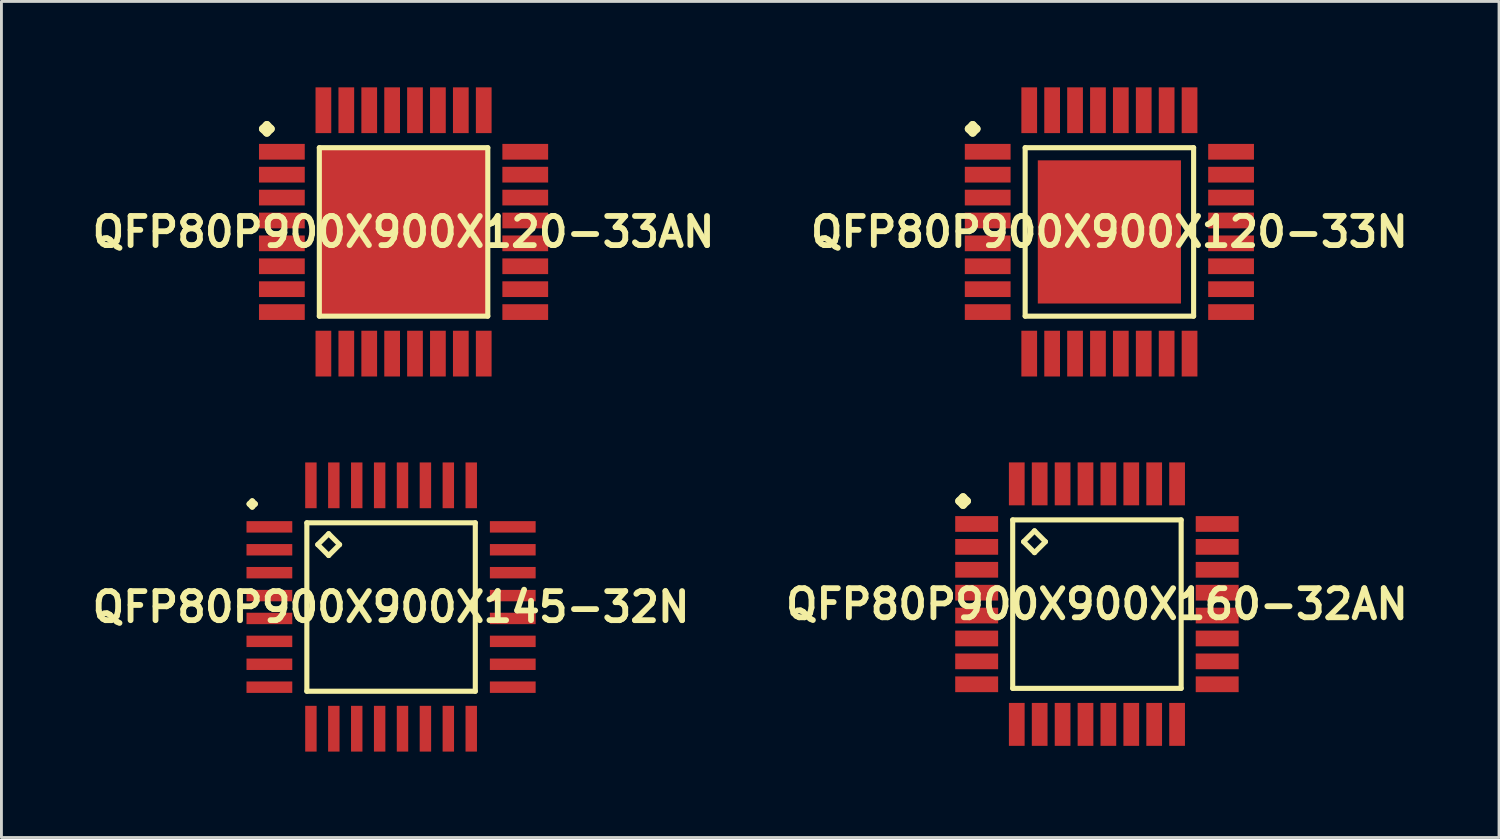
<source format=kicad_pcb>
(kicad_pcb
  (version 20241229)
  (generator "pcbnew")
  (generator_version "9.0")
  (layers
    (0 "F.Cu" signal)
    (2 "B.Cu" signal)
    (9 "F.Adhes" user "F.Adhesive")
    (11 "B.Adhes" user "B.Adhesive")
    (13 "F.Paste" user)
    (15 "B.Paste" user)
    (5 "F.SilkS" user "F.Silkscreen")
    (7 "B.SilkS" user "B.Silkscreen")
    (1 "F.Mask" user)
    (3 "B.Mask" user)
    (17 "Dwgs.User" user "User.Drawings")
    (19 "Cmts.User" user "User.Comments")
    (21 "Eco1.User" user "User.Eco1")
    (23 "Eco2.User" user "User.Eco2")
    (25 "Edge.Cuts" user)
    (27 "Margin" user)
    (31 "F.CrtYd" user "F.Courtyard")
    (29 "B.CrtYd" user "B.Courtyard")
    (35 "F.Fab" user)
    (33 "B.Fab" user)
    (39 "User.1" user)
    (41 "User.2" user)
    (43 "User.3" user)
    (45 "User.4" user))
  (footprint "QFP80P900X900X145-32N"
    (layer "F.Cu")
    (at 10.605 18.145)
    (property "Reference" "QFP80P900X900X145-32N" (at 0 0 0) (layer "F.SilkS") (effects (font (size 1.016 1.016) (thickness 0.203))))
    (attr smd)
    (fp_line (start -4.948 -3.599) (end -4.849 -3.698) (stroke (width 0.198) (type solid)) (layer "F.SilkS"))
    (fp_line (start -4.849 -3.698) (end -4.75 -3.599) (stroke (width 0.198) (type solid)) (layer "F.SilkS"))
    (fp_line (start -4.849 -3.498) (end -4.948 -3.599) (stroke (width 0.198) (type solid)) (layer "F.SilkS"))
    (fp_line (start -4.75 -3.599) (end -4.849 -3.498) (stroke (width 0.198) (type solid)) (layer "F.SilkS"))
    (fp_line (start -2.941 -2.941) (end -2.941 2.941) (stroke (width 0.178) (type solid)) (layer "F.SilkS"))
    (fp_line (start -2.941 2.941) (end 2.941 2.941) (stroke (width 0.178) (type solid)) (layer "F.SilkS"))
    (fp_line (start -2.56 -2.179) (end -2.179 -2.56) (stroke (width 0.178) (type solid)) (layer "F.SilkS"))
    (fp_line (start -2.179 -2.56) (end -1.798 -2.179) (stroke (width 0.178) (type solid)) (layer "F.SilkS"))
    (fp_line (start -2.179 -1.798) (end -2.56 -2.179) (stroke (width 0.178) (type solid)) (layer "F.SilkS"))
    (fp_line (start -1.798 -2.179) (end -2.179 -1.798) (stroke (width 0.178) (type solid)) (layer "F.SilkS"))
    (fp_line (start 2.941 -2.941) (end -2.941 -2.941) (stroke (width 0.178) (type solid)) (layer "F.SilkS"))
    (fp_line (start 2.941 2.941) (end 2.941 -2.941) (stroke (width 0.178) (type solid)) (layer "F.SilkS"))
    (pad "1" smd rect (at -4.249 -2.799) (size 1.598 0.399) (layers "F.Cu" "F.Mask" "F.Paste"))
    (pad "2" smd rect (at -4.249 -1.999) (size 1.598 0.399) (layers "F.Cu" "F.Mask" "F.Paste"))
    (pad "3" smd rect (at -4.249 -1.199) (size 1.598 0.399) (layers "F.Cu" "F.Mask" "F.Paste"))
    (pad "4" smd rect (at -4.249 -0.399) (size 1.598 0.399) (layers "F.Cu" "F.Mask" "F.Paste"))
    (pad "5" smd rect (at -4.249 0.399) (size 1.598 0.399) (layers "F.Cu" "F.Mask" "F.Paste"))
    (pad "6" smd rect (at -4.249 1.199) (size 1.598 0.399) (layers "F.Cu" "F.Mask" "F.Paste"))
    (pad "7" smd rect (at -4.249 1.999) (size 1.598 0.399) (layers "F.Cu" "F.Mask" "F.Paste"))
    (pad "8" smd rect (at -4.249 2.799) (size 1.598 0.399) (layers "F.Cu" "F.Mask" "F.Paste"))
    (pad "9" smd rect (at -2.799 4.249) (size 0.399 1.598) (layers "F.Cu" "F.Mask" "F.Paste"))
    (pad "10" smd rect (at -1.999 4.249) (size 0.399 1.598) (layers "F.Cu" "F.Mask" "F.Paste"))
    (pad "11" smd rect (at -1.199 4.249) (size 0.399 1.598) (layers "F.Cu" "F.Mask" "F.Paste"))
    (pad "12" smd rect (at -0.399 4.249) (size 0.399 1.598) (layers "F.Cu" "F.Mask" "F.Paste"))
    (pad "13" smd rect (at 0.399 4.249) (size 0.399 1.598) (layers "F.Cu" "F.Mask" "F.Paste"))
    (pad "14" smd rect (at 1.199 4.249) (size 0.399 1.598) (layers "F.Cu" "F.Mask" "F.Paste"))
    (pad "15" smd rect (at 1.999 4.249) (size 0.399 1.598) (layers "F.Cu" "F.Mask" "F.Paste"))
    (pad "16" smd rect (at 2.799 4.249) (size 0.399 1.598) (layers "F.Cu" "F.Mask" "F.Paste"))
    (pad "17" smd rect (at 4.249 2.799) (size 1.598 0.399) (layers "F.Cu" "F.Mask" "F.Paste"))
    (pad "18" smd rect (at 4.249 1.999) (size 1.598 0.399) (layers "F.Cu" "F.Mask" "F.Paste"))
    (pad "19" smd rect (at 4.249 1.199) (size 1.598 0.399) (layers "F.Cu" "F.Mask" "F.Paste"))
    (pad "20" smd rect (at 4.249 0.399) (size 1.598 0.399) (layers "F.Cu" "F.Mask" "F.Paste"))
    (pad "21" smd rect (at 4.249 -0.399) (size 1.598 0.399) (layers "F.Cu" "F.Mask" "F.Paste"))
    (pad "22" smd rect (at 4.249 -1.199) (size 1.598 0.399) (layers "F.Cu" "F.Mask" "F.Paste"))
    (pad "23" smd rect (at 4.249 -1.999) (size 1.598 0.399) (layers "F.Cu" "F.Mask" "F.Paste"))
    (pad "24" smd rect (at 4.249 -2.799) (size 1.598 0.399) (layers "F.Cu" "F.Mask" "F.Paste"))
    (pad "25" smd rect (at 2.799 -4.249) (size 0.399 1.598) (layers "F.Cu" "F.Mask" "F.Paste"))
    (pad "26" smd rect (at 1.999 -4.249) (size 0.399 1.598) (layers "F.Cu" "F.Mask" "F.Paste"))
    (pad "27" smd rect (at 1.199 -4.249) (size 0.399 1.598) (layers "F.Cu" "F.Mask" "F.Paste"))
    (pad "28" smd rect (at 0.399 -4.249) (size 0.399 1.598) (layers "F.Cu" "F.Mask" "F.Paste"))
    (pad "29" smd rect (at -0.399 -4.249) (size 0.399 1.598) (layers "F.Cu" "F.Mask" "F.Paste"))
    (pad "30" smd rect (at -1.199 -4.249) (size 0.399 1.598) (layers "F.Cu" "F.Mask" "F.Paste"))
    (pad "31" smd rect (at -1.999 -4.249) (size 0.399 1.598) (layers "F.Cu" "F.Mask" "F.Paste"))
    (pad "32" smd rect (at -2.799 -4.249) (size 0.399 1.598) (layers "F.Cu" "F.Mask" "F.Paste")))
  (footprint "QFP80P900X900X160-32AN"
    (layer "F.Cu")
    (at 35.251 18.044)
    (property "Reference" "QFP80P900X900X160-32AN" (at 0 0 0) (layer "F.SilkS") (effects (font (size 1.016 1.016) (thickness 0.203))))
    (attr smd)
    (fp_line (start -4.811 -3.599) (end -4.674 -3.736) (stroke (width 0.274) (type solid)) (layer "F.SilkS"))
    (fp_line (start -4.674 -3.736) (end -4.536 -3.599) (stroke (width 0.274) (type solid)) (layer "F.SilkS"))
    (fp_line (start -4.674 -3.462) (end -4.811 -3.599) (stroke (width 0.274) (type solid)) (layer "F.SilkS"))
    (fp_line (start -4.536 -3.599) (end -4.674 -3.462) (stroke (width 0.274) (type solid)) (layer "F.SilkS"))
    (fp_line (start -2.941 -2.941) (end -2.941 2.941) (stroke (width 0.178) (type solid)) (layer "F.SilkS"))
    (fp_line (start -2.941 2.941) (end 2.941 2.941) (stroke (width 0.178) (type solid)) (layer "F.SilkS"))
    (fp_line (start -2.56 -2.179) (end -2.179 -2.56) (stroke (width 0.178) (type solid)) (layer "F.SilkS"))
    (fp_line (start -2.179 -2.56) (end -1.798 -2.179) (stroke (width 0.178) (type solid)) (layer "F.SilkS"))
    (fp_line (start -2.179 -1.798) (end -2.56 -2.179) (stroke (width 0.178) (type solid)) (layer "F.SilkS"))
    (fp_line (start -1.798 -2.179) (end -2.179 -1.798) (stroke (width 0.178) (type solid)) (layer "F.SilkS"))
    (fp_line (start 2.941 -2.941) (end -2.941 -2.941) (stroke (width 0.178) (type solid)) (layer "F.SilkS"))
    (fp_line (start 2.941 2.941) (end 2.941 -2.941) (stroke (width 0.178) (type solid)) (layer "F.SilkS"))
    (pad "1" smd rect (at -4.199 -2.799) (size 1.499 0.549) (layers "F.Cu" "F.Mask" "F.Paste"))
    (pad "2" smd rect (at -4.199 -1.999) (size 1.499 0.549) (layers "F.Cu" "F.Mask" "F.Paste"))
    (pad "3" smd rect (at -4.199 -1.199) (size 1.499 0.549) (layers "F.Cu" "F.Mask" "F.Paste"))
    (pad "4" smd rect (at -4.199 -0.399) (size 1.499 0.549) (layers "F.Cu" "F.Mask" "F.Paste"))
    (pad "5" smd rect (at -4.199 0.399) (size 1.499 0.549) (layers "F.Cu" "F.Mask" "F.Paste"))
    (pad "6" smd rect (at -4.199 1.199) (size 1.499 0.549) (layers "F.Cu" "F.Mask" "F.Paste"))
    (pad "7" smd rect (at -4.199 1.999) (size 1.499 0.549) (layers "F.Cu" "F.Mask" "F.Paste"))
    (pad "8" smd rect (at -4.199 2.799) (size 1.499 0.549) (layers "F.Cu" "F.Mask" "F.Paste"))
    (pad "9" smd rect (at -2.799 4.199) (size 0.549 1.499) (layers "F.Cu" "F.Mask" "F.Paste"))
    (pad "10" smd rect (at -1.999 4.199) (size 0.549 1.499) (layers "F.Cu" "F.Mask" "F.Paste"))
    (pad "11" smd rect (at -1.199 4.199) (size 0.549 1.499) (layers "F.Cu" "F.Mask" "F.Paste"))
    (pad "12" smd rect (at -0.399 4.199) (size 0.549 1.499) (layers "F.Cu" "F.Mask" "F.Paste"))
    (pad "13" smd rect (at 0.399 4.199) (size 0.549 1.499) (layers "F.Cu" "F.Mask" "F.Paste"))
    (pad "14" smd rect (at 1.199 4.199) (size 0.549 1.499) (layers "F.Cu" "F.Mask" "F.Paste"))
    (pad "15" smd rect (at 1.999 4.199) (size 0.549 1.499) (layers "F.Cu" "F.Mask" "F.Paste"))
    (pad "16" smd rect (at 2.799 4.199) (size 0.549 1.499) (layers "F.Cu" "F.Mask" "F.Paste"))
    (pad "17" smd rect (at 4.199 2.799) (size 1.499 0.549) (layers "F.Cu" "F.Mask" "F.Paste"))
    (pad "18" smd rect (at 4.199 1.999) (size 1.499 0.549) (layers "F.Cu" "F.Mask" "F.Paste"))
    (pad "19" smd rect (at 4.199 1.199) (size 1.499 0.549) (layers "F.Cu" "F.Mask" "F.Paste"))
    (pad "20" smd rect (at 4.199 0.399) (size 1.499 0.549) (layers "F.Cu" "F.Mask" "F.Paste"))
    (pad "21" smd rect (at 4.199 -0.399) (size 1.499 0.549) (layers "F.Cu" "F.Mask" "F.Paste"))
    (pad "22" smd rect (at 4.199 -1.199) (size 1.499 0.549) (layers "F.Cu" "F.Mask" "F.Paste"))
    (pad "23" smd rect (at 4.199 -1.999) (size 1.499 0.549) (layers "F.Cu" "F.Mask" "F.Paste"))
    (pad "24" smd rect (at 4.199 -2.799) (size 1.499 0.549) (layers "F.Cu" "F.Mask" "F.Paste"))
    (pad "25" smd rect (at 2.799 -4.199) (size 0.549 1.499) (layers "F.Cu" "F.Mask" "F.Paste"))
    (pad "26" smd rect (at 1.999 -4.199) (size 0.549 1.499) (layers "F.Cu" "F.Mask" "F.Paste"))
    (pad "27" smd rect (at 1.199 -4.199) (size 0.549 1.499) (layers "F.Cu" "F.Mask" "F.Paste"))
    (pad "28" smd rect (at 0.399 -4.199) (size 0.549 1.499) (layers "F.Cu" "F.Mask" "F.Paste"))
    (pad "29" smd rect (at -0.399 -4.199) (size 0.549 1.499) (layers "F.Cu" "F.Mask" "F.Paste"))
    (pad "30" smd rect (at -1.199 -4.199) (size 0.549 1.499) (layers "F.Cu" "F.Mask" "F.Paste"))
    (pad "31" smd rect (at -1.999 -4.199) (size 0.549 1.499) (layers "F.Cu" "F.Mask" "F.Paste"))
    (pad "32" smd rect (at -2.799 -4.199) (size 0.549 1.499) (layers "F.Cu" "F.Mask" "F.Paste")))
  (footprint "QFP80P900X900X120-33N"
    (layer "F.Cu")
    (at 35.686 5.048)
    (property "Reference" "QFP80P900X900X120-33N" (at 0 0 0) (layer "F.SilkS") (effects (font (size 1.016 1.016) (thickness 0.203))))
    (attr smd)
    (fp_line (start -4.912 -3.599) (end -4.773 -3.736) (stroke (width 0.274) (type solid)) (layer "F.SilkS"))
    (fp_line (start -4.773 -3.736) (end -4.636 -3.599) (stroke (width 0.274) (type solid)) (layer "F.SilkS"))
    (fp_line (start -4.773 -3.462) (end -4.912 -3.599) (stroke (width 0.274) (type solid)) (layer "F.SilkS"))
    (fp_line (start -4.636 -3.599) (end -4.773 -3.462) (stroke (width 0.274) (type solid)) (layer "F.SilkS"))
    (fp_line (start -2.941 -2.941) (end -2.941 2.941) (stroke (width 0.178) (type solid)) (layer "F.SilkS"))
    (fp_line (start -2.941 2.941) (end 2.941 2.941) (stroke (width 0.178) (type solid)) (layer "F.SilkS"))
    (fp_line (start 2.941 -2.941) (end -2.941 -2.941) (stroke (width 0.178) (type solid)) (layer "F.SilkS"))
    (fp_line (start 2.941 2.941) (end 2.941 -2.941) (stroke (width 0.178) (type solid)) (layer "F.SilkS"))
    (pad "1" smd rect (at -4.249 -2.799) (size 1.598 0.549) (layers "F.Cu" "F.Mask" "F.Paste"))
    (pad "2" smd rect (at -4.249 -1.999) (size 1.598 0.549) (layers "F.Cu" "F.Mask" "F.Paste"))
    (pad "3" smd rect (at -4.249 -1.199) (size 1.598 0.549) (layers "F.Cu" "F.Mask" "F.Paste"))
    (pad "4" smd rect (at -4.249 -0.399) (size 1.598 0.549) (layers "F.Cu" "F.Mask" "F.Paste"))
    (pad "5" smd rect (at -4.249 0.399) (size 1.598 0.549) (layers "F.Cu" "F.Mask" "F.Paste"))
    (pad "6" smd rect (at -4.249 1.199) (size 1.598 0.549) (layers "F.Cu" "F.Mask" "F.Paste"))
    (pad "7" smd rect (at -4.249 1.999) (size 1.598 0.549) (layers "F.Cu" "F.Mask" "F.Paste"))
    (pad "8" smd rect (at -4.249 2.799) (size 1.598 0.549) (layers "F.Cu" "F.Mask" "F.Paste"))
    (pad "9" smd rect (at -2.799 4.249) (size 0.549 1.598) (layers "F.Cu" "F.Mask" "F.Paste"))
    (pad "10" smd rect (at -1.999 4.249) (size 0.549 1.598) (layers "F.Cu" "F.Mask" "F.Paste"))
    (pad "11" smd rect (at -1.199 4.249) (size 0.549 1.598) (layers "F.Cu" "F.Mask" "F.Paste"))
    (pad "12" smd rect (at -0.399 4.249) (size 0.549 1.598) (layers "F.Cu" "F.Mask" "F.Paste"))
    (pad "13" smd rect (at 0.399 4.249) (size 0.549 1.598) (layers "F.Cu" "F.Mask" "F.Paste"))
    (pad "14" smd rect (at 1.199 4.249) (size 0.549 1.598) (layers "F.Cu" "F.Mask" "F.Paste"))
    (pad "15" smd rect (at 1.999 4.249) (size 0.549 1.598) (layers "F.Cu" "F.Mask" "F.Paste"))
    (pad "16" smd rect (at 2.799 4.249) (size 0.549 1.598) (layers "F.Cu" "F.Mask" "F.Paste"))
    (pad "17" smd rect (at 4.249 2.799) (size 1.598 0.549) (layers "F.Cu" "F.Mask" "F.Paste"))
    (pad "18" smd rect (at 4.249 1.999) (size 1.598 0.549) (layers "F.Cu" "F.Mask" "F.Paste"))
    (pad "19" smd rect (at 4.249 1.199) (size 1.598 0.549) (layers "F.Cu" "F.Mask" "F.Paste"))
    (pad "20" smd rect (at 4.249 0.399) (size 1.598 0.549) (layers "F.Cu" "F.Mask" "F.Paste"))
    (pad "21" smd rect (at 4.249 -0.399) (size 1.598 0.549) (layers "F.Cu" "F.Mask" "F.Paste"))
    (pad "22" smd rect (at 4.249 -1.199) (size 1.598 0.549) (layers "F.Cu" "F.Mask" "F.Paste"))
    (pad "23" smd rect (at 4.249 -1.999) (size 1.598 0.549) (layers "F.Cu" "F.Mask" "F.Paste"))
    (pad "24" smd rect (at 4.249 -2.799) (size 1.598 0.549) (layers "F.Cu" "F.Mask" "F.Paste"))
    (pad "25" smd rect (at 2.799 -4.249) (size 0.549 1.598) (layers "F.Cu" "F.Mask" "F.Paste"))
    (pad "26" smd rect (at 1.999 -4.249) (size 0.549 1.598) (layers "F.Cu" "F.Mask" "F.Paste"))
    (pad "27" smd rect (at 1.199 -4.249) (size 0.549 1.598) (layers "F.Cu" "F.Mask" "F.Paste"))
    (pad "28" smd rect (at 0.399 -4.249) (size 0.549 1.598) (layers "F.Cu" "F.Mask" "F.Paste"))
    (pad "29" smd rect (at -0.399 -4.249) (size 0.549 1.598) (layers "F.Cu" "F.Mask" "F.Paste"))
    (pad "30" smd rect (at -1.199 -4.249) (size 0.549 1.598) (layers "F.Cu" "F.Mask" "F.Paste"))
    (pad "31" smd rect (at -1.999 -4.249) (size 0.549 1.598) (layers "F.Cu" "F.Mask" "F.Paste"))
    (pad "32" smd rect (at -2.799 -4.249) (size 0.549 1.598) (layers "F.Cu" "F.Mask" "F.Paste"))
    (pad "33" smd rect (at 0 0) (size 4.999 4.999) (layers "F.Cu" "F.Mask" "F.Paste")))
  (footprint "QFP80P900X900X120-33AN"
    (layer "F.Cu")
    (at 11.041 5.048)
    (property "Reference" "QFP80P900X900X120-33AN" (at 0 0 0) (layer "F.SilkS") (effects (font (size 1.016 1.016) (thickness 0.203))))
    (attr smd)
    (fp_line (start -4.912 -3.599) (end -4.773 -3.736) (stroke (width 0.274) (type solid)) (layer "F.SilkS"))
    (fp_line (start -4.773 -3.736) (end -4.636 -3.599) (stroke (width 0.274) (type solid)) (layer "F.SilkS"))
    (fp_line (start -4.773 -3.462) (end -4.912 -3.599) (stroke (width 0.274) (type solid)) (layer "F.SilkS"))
    (fp_line (start -4.636 -3.599) (end -4.773 -3.462) (stroke (width 0.274) (type solid)) (layer "F.SilkS"))
    (fp_line (start -2.941 -2.941) (end -2.941 2.941) (stroke (width 0.178) (type solid)) (layer "F.SilkS"))
    (fp_line (start -2.941 2.941) (end 2.941 2.941) (stroke (width 0.178) (type solid)) (layer "F.SilkS"))
    (fp_line (start 2.941 -2.941) (end -2.941 -2.941) (stroke (width 0.178) (type solid)) (layer "F.SilkS"))
    (fp_line (start 2.941 2.941) (end 2.941 -2.941) (stroke (width 0.178) (type solid)) (layer "F.SilkS"))
    (pad "1" smd rect (at -4.249 -2.799) (size 1.598 0.549) (layers "F.Cu" "F.Mask" "F.Paste"))
    (pad "2" smd rect (at -4.249 -1.999) (size 1.598 0.549) (layers "F.Cu" "F.Mask" "F.Paste"))
    (pad "3" smd rect (at -4.249 -1.199) (size 1.598 0.549) (layers "F.Cu" "F.Mask" "F.Paste"))
    (pad "4" smd rect (at -4.249 -0.399) (size 1.598 0.549) (layers "F.Cu" "F.Mask" "F.Paste"))
    (pad "5" smd rect (at -4.249 0.399) (size 1.598 0.549) (layers "F.Cu" "F.Mask" "F.Paste"))
    (pad "6" smd rect (at -4.249 1.199) (size 1.598 0.549) (layers "F.Cu" "F.Mask" "F.Paste"))
    (pad "7" smd rect (at -4.249 1.999) (size 1.598 0.549) (layers "F.Cu" "F.Mask" "F.Paste"))
    (pad "8" smd rect (at -4.249 2.799) (size 1.598 0.549) (layers "F.Cu" "F.Mask" "F.Paste"))
    (pad "9" smd rect (at -2.799 4.249) (size 0.549 1.598) (layers "F.Cu" "F.Mask" "F.Paste"))
    (pad "10" smd rect (at -1.999 4.249) (size 0.549 1.598) (layers "F.Cu" "F.Mask" "F.Paste"))
    (pad "11" smd rect (at -1.199 4.249) (size 0.549 1.598) (layers "F.Cu" "F.Mask" "F.Paste"))
    (pad "12" smd rect (at -0.399 4.249) (size 0.549 1.598) (layers "F.Cu" "F.Mask" "F.Paste"))
    (pad "13" smd rect (at 0.399 4.249) (size 0.549 1.598) (layers "F.Cu" "F.Mask" "F.Paste"))
    (pad "14" smd rect (at 1.199 4.249) (size 0.549 1.598) (layers "F.Cu" "F.Mask" "F.Paste"))
    (pad "15" smd rect (at 1.999 4.249) (size 0.549 1.598) (layers "F.Cu" "F.Mask" "F.Paste"))
    (pad "16" smd rect (at 2.799 4.249) (size 0.549 1.598) (layers "F.Cu" "F.Mask" "F.Paste"))
    (pad "17" smd rect (at 4.249 2.799) (size 1.598 0.549) (layers "F.Cu" "F.Mask" "F.Paste"))
    (pad "18" smd rect (at 4.249 1.999) (size 1.598 0.549) (layers "F.Cu" "F.Mask" "F.Paste"))
    (pad "19" smd rect (at 4.249 1.199) (size 1.598 0.549) (layers "F.Cu" "F.Mask" "F.Paste"))
    (pad "20" smd rect (at 4.249 0.399) (size 1.598 0.549) (layers "F.Cu" "F.Mask" "F.Paste"))
    (pad "21" smd rect (at 4.249 -0.399) (size 1.598 0.549) (layers "F.Cu" "F.Mask" "F.Paste"))
    (pad "22" smd rect (at 4.249 -1.199) (size 1.598 0.549) (layers "F.Cu" "F.Mask" "F.Paste"))
    (pad "23" smd rect (at 4.249 -1.999) (size 1.598 0.549) (layers "F.Cu" "F.Mask" "F.Paste"))
    (pad "24" smd rect (at 4.249 -2.799) (size 1.598 0.549) (layers "F.Cu" "F.Mask" "F.Paste"))
    (pad "25" smd rect (at 2.799 -4.249) (size 0.549 1.598) (layers "F.Cu" "F.Mask" "F.Paste"))
    (pad "26" smd rect (at 1.999 -4.249) (size 0.549 1.598) (layers "F.Cu" "F.Mask" "F.Paste"))
    (pad "27" smd rect (at 1.199 -4.249) (size 0.549 1.598) (layers "F.Cu" "F.Mask" "F.Paste"))
    (pad "28" smd rect (at 0.399 -4.249) (size 0.549 1.598) (layers "F.Cu" "F.Mask" "F.Paste"))
    (pad "29" smd rect (at -0.399 -4.249) (size 0.549 1.598) (layers "F.Cu" "F.Mask" "F.Paste"))
    (pad "30" smd rect (at -1.199 -4.249) (size 0.549 1.598) (layers "F.Cu" "F.Mask" "F.Paste"))
    (pad "31" smd rect (at -1.999 -4.249) (size 0.549 1.598) (layers "F.Cu" "F.Mask" "F.Paste"))
    (pad "32" smd rect (at -2.799 -4.249) (size 0.549 1.598) (layers "F.Cu" "F.Mask" "F.Paste"))
    (pad "33" smd rect (at 0 0) (size 5.999 5.999) (layers "F.Cu" "F.Mask" "F.Paste")))
  (gr_rect
    (start -3 -3)
    (end 49.291 26.193)
    (stroke (width 0.1) (type default))
    (fill no)
    (layer "Edge.Cuts")))
</source>
